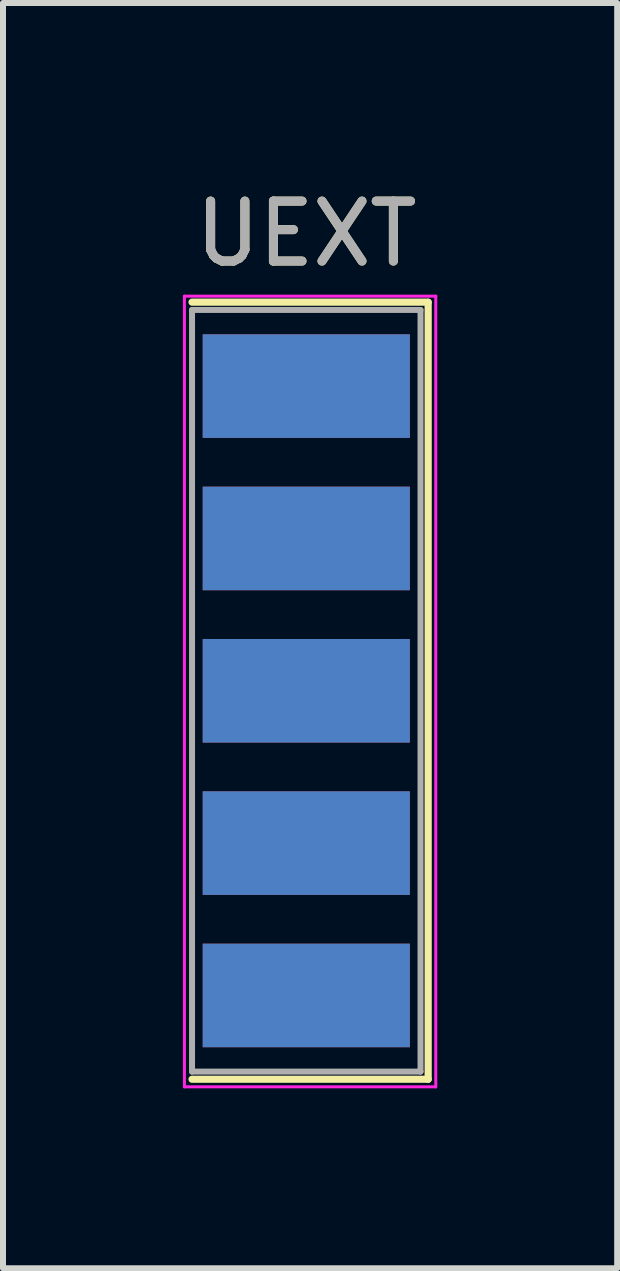
<source format=kicad_pcb>
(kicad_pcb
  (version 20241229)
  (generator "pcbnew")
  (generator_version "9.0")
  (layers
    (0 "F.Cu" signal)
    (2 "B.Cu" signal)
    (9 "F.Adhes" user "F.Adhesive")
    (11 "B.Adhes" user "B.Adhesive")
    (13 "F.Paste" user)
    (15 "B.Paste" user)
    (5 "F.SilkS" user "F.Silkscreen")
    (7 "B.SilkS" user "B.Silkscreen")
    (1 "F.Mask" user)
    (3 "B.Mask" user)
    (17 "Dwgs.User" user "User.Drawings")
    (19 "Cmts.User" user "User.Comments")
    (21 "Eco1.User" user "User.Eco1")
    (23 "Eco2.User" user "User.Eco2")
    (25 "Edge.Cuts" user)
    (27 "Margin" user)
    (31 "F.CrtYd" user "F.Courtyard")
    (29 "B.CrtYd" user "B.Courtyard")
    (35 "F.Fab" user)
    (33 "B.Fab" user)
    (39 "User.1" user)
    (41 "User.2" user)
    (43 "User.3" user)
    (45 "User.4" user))
  (footprint "UEXT"
    (layer "F.Cu")
    (at 2.057 8.468)
    (property "Reference" "UEXT" (at 0 -7.62 0) (layer "F.SilkS") (effects (font (size 1 1) (thickness 0.15))))
    (attr smd)
    (fp_line (start -1.905 -6.48) (end 2.032 -6.48) (stroke (width 0.12) (type solid)) (layer "F.SilkS"))
    (fp_line (start 2.032 -6.477) (end 2.032 6.477) (stroke (width 0.12) (type solid)) (layer "F.SilkS"))
    (fp_line (start 2.032 6.477) (end -1.905 6.477) (stroke (width 0.12) (type solid)) (layer "F.SilkS"))
    (fp_line (start -2.032 -6.58) (end 2.159 -6.58) (stroke (width 0.05) (type solid)) (layer "F.CrtYd"))
    (fp_line (start -2.032 6.604) (end -2.032 -6.58) (stroke (width 0.05) (type solid)) (layer "F.CrtYd"))
    (fp_line (start 2.159 -6.58) (end 2.159 6.604) (stroke (width 0.05) (type solid)) (layer "F.CrtYd"))
    (fp_line (start 2.159 6.604) (end -2.032 6.604) (stroke (width 0.05) (type solid)) (layer "F.CrtYd"))
    (fp_line (start -1.905 -6.35) (end -1.905 6.35) (stroke (width 0.1) (type solid)) (layer "F.Fab"))
    (fp_line (start 1.905 -6.35) (end -1.905 -6.35) (stroke (width 0.1) (type solid)) (layer "F.Fab"))
    (fp_line (start 1.905 -6.35) (end 1.905 6.35) (stroke (width 0.1) (type solid)) (layer "F.Fab"))
    (fp_line (start 1.905 6.35) (end -1.905 6.35) (stroke (width 0.1) (type solid)) (layer "F.Fab"))
    (fp_text user "${REFERENCE}" (at 0 -7.62 0) (layer "F.Fab") (effects (font (size 1 1) (thickness 0.15))))
    (pad "1" smd rect (at 0 -5.08) (size 3.454 1.727) (layers "F.Cu" "F.Mask" "F.Paste"))
    (pad "2" smd rect (at 0 -5.08) (size 3.454 1.727) (layers "B.Cu" "B.Mask" "B.Paste"))
    (pad "3" smd rect (at 0 -2.54) (size 3.454 1.727) (layers "F.Cu" "F.Mask" "F.Paste"))
    (pad "4" smd rect (at 0 -2.54) (size 3.454 1.727) (layers "B.Cu" "B.Mask" "B.Paste"))
    (pad "5" smd rect (at 0 0) (size 3.454 1.727) (layers "F.Cu" "F.Mask" "F.Paste"))
    (pad "6" smd rect (at 0 0) (size 3.454 1.727) (layers "B.Cu" "B.Mask" "B.Paste"))
    (pad "6" smd rect (at 0 2.54) (size 3.454 1.727) (layers "B.Cu" "B.Mask" "B.Paste"))
    (pad "7" smd rect (at 0 2.54) (size 3.454 1.727) (layers "F.Cu" "F.Mask" "F.Paste"))
    (pad "9" smd rect (at 0 5.08) (size 3.454 1.727) (layers "F.Cu" "F.Mask" "F.Paste"))
    (pad "10" smd rect (at 0 5.08) (size 3.454 1.727) (layers "B.Cu" "B.Mask" "B.Paste")))
  (gr_rect
    (start -3 -3)
    (end 7.241 18.097)
    (stroke (width 0.1) (type default))
    (fill no)
    (layer "Edge.Cuts")))
</source>
